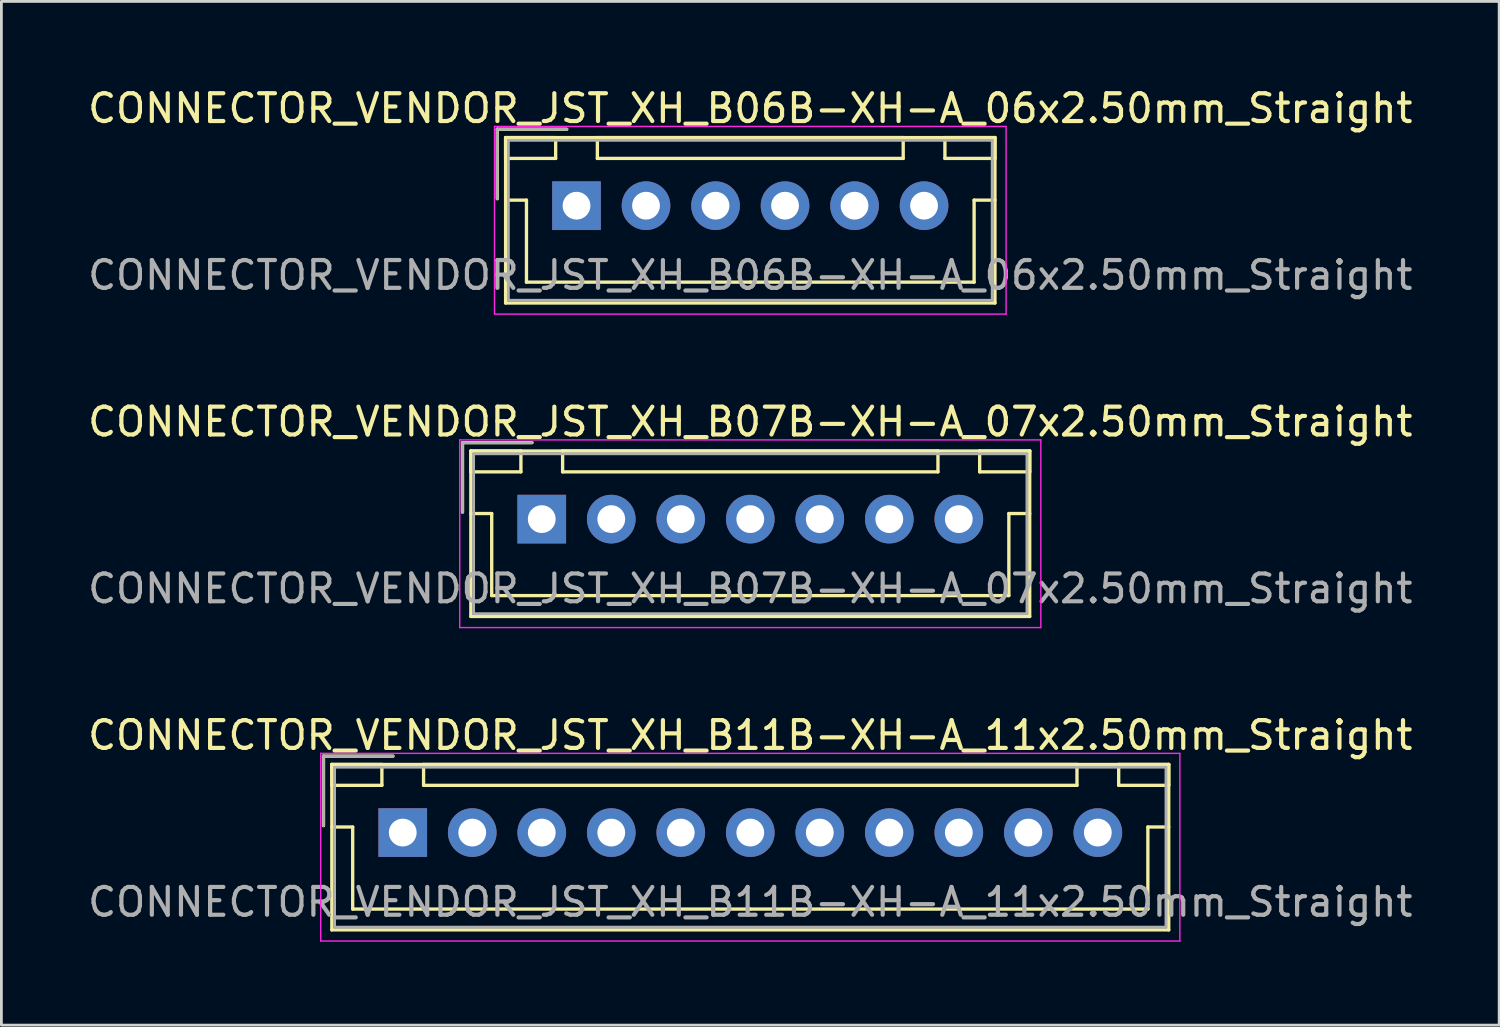
<source format=kicad_pcb>
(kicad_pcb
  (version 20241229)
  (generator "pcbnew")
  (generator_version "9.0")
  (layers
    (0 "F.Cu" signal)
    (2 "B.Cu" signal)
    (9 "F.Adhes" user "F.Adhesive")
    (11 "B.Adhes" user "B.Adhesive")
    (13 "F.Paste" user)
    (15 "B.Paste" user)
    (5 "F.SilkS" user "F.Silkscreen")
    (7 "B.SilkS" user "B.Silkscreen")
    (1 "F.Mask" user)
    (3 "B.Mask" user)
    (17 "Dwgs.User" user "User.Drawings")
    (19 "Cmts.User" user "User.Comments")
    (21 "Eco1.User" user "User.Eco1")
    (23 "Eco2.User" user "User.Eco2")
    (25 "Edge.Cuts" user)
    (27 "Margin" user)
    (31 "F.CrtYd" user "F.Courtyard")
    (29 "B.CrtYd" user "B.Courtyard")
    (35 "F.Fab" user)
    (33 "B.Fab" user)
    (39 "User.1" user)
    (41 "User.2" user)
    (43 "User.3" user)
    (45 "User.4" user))
  (footprint "CONNECTOR_VENDOR_JST_XH_B06B-XH-A_06x2.50mm_Straight"
    (layer "F.Cu")
    (at 17.685 4.348)
    (property "Reference" "CONNECTOR_VENDOR_JST_XH_B06B-XH-A_06x2.50mm_Straight" (at 6.25 -3.5 0) (layer "F.SilkS") (effects (font (size 1 1) (thickness 0.15))))
    (attr through_hole)
    (fp_line (start -2.85 -2.75) (end -2.85 -0.25) (stroke (width 0.12) (type solid)) (layer "F.SilkS"))
    (fp_line (start -2.55 -2.45) (end -2.55 -1.7) (stroke (width 0.12) (type solid)) (layer "F.SilkS"))
    (fp_line (start -2.55 -2.45) (end -2.55 3.5) (stroke (width 0.12) (type solid)) (layer "F.SilkS"))
    (fp_line (start -2.55 -1.7) (end -0.75 -1.7) (stroke (width 0.12) (type solid)) (layer "F.SilkS"))
    (fp_line (start -2.55 -0.2) (end -1.8 -0.2) (stroke (width 0.12) (type solid)) (layer "F.SilkS"))
    (fp_line (start -2.55 3.5) (end 15.05 3.5) (stroke (width 0.12) (type solid)) (layer "F.SilkS"))
    (fp_line (start -1.8 -0.2) (end -1.8 2.75) (stroke (width 0.12) (type solid)) (layer "F.SilkS"))
    (fp_line (start -1.8 2.75) (end 6.25 2.75) (stroke (width 0.12) (type solid)) (layer "F.SilkS"))
    (fp_line (start -0.75 -2.45) (end -2.55 -2.45) (stroke (width 0.12) (type solid)) (layer "F.SilkS"))
    (fp_line (start -0.75 -1.7) (end -0.75 -2.45) (stroke (width 0.12) (type solid)) (layer "F.SilkS"))
    (fp_line (start -0.35 -2.75) (end -2.85 -2.75) (stroke (width 0.12) (type solid)) (layer "F.SilkS"))
    (fp_line (start 0.75 -2.45) (end 0.75 -1.7) (stroke (width 0.12) (type solid)) (layer "F.SilkS"))
    (fp_line (start 0.75 -1.7) (end 11.75 -1.7) (stroke (width 0.12) (type solid)) (layer "F.SilkS"))
    (fp_line (start 11.75 -2.45) (end 0.75 -2.45) (stroke (width 0.12) (type solid)) (layer "F.SilkS"))
    (fp_line (start 11.75 -1.7) (end 11.75 -2.45) (stroke (width 0.12) (type solid)) (layer "F.SilkS"))
    (fp_line (start 13.25 -2.45) (end 13.25 -1.7) (stroke (width 0.12) (type solid)) (layer "F.SilkS"))
    (fp_line (start 13.25 -1.7) (end 15.05 -1.7) (stroke (width 0.12) (type solid)) (layer "F.SilkS"))
    (fp_line (start 14.3 -0.2) (end 14.3 2.75) (stroke (width 0.12) (type solid)) (layer "F.SilkS"))
    (fp_line (start 14.3 2.75) (end 6.25 2.75) (stroke (width 0.12) (type solid)) (layer "F.SilkS"))
    (fp_line (start 15.05 -2.45) (end -2.55 -2.45) (stroke (width 0.12) (type solid)) (layer "F.SilkS"))
    (fp_line (start 15.05 -2.45) (end 13.25 -2.45) (stroke (width 0.12) (type solid)) (layer "F.SilkS"))
    (fp_line (start 15.05 -1.7) (end 15.05 -2.45) (stroke (width 0.12) (type solid)) (layer "F.SilkS"))
    (fp_line (start 15.05 -0.2) (end 14.3 -0.2) (stroke (width 0.12) (type solid)) (layer "F.SilkS"))
    (fp_line (start 15.05 3.5) (end 15.05 -2.45) (stroke (width 0.12) (type solid)) (layer "F.SilkS"))
    (fp_line (start -2.95 -2.85) (end -2.95 3.9) (stroke (width 0.05) (type solid)) (layer "F.CrtYd"))
    (fp_line (start -2.95 3.9) (end 15.45 3.9) (stroke (width 0.05) (type solid)) (layer "F.CrtYd"))
    (fp_line (start 15.45 -2.85) (end -2.95 -2.85) (stroke (width 0.05) (type solid)) (layer "F.CrtYd"))
    (fp_line (start 15.45 3.9) (end 15.45 -2.85) (stroke (width 0.05) (type solid)) (layer "F.CrtYd"))
    (fp_line (start -2.85 -2.75) (end -2.85 -0.25) (stroke (width 0.1) (type solid)) (layer "F.Fab"))
    (fp_line (start -2.45 -2.35) (end -2.45 3.4) (stroke (width 0.1) (type solid)) (layer "F.Fab"))
    (fp_line (start -2.45 3.4) (end 14.95 3.4) (stroke (width 0.1) (type solid)) (layer "F.Fab"))
    (fp_line (start -0.35 -2.75) (end -2.85 -2.75) (stroke (width 0.1) (type solid)) (layer "F.Fab"))
    (fp_line (start 14.95 -2.35) (end -2.45 -2.35) (stroke (width 0.1) (type solid)) (layer "F.Fab"))
    (fp_line (start 14.95 3.4) (end 14.95 -2.35) (stroke (width 0.1) (type solid)) (layer "F.Fab"))
    (fp_text user "${REFERENCE}" (at 6.25 2.5 0) (layer "F.Fab") (effects (font (size 1 1) (thickness 0.15))))
    (pad "1" thru_hole rect (at 0 0) (size 1.75 1.75) (drill 1) (layers "*.Cu" "*.Mask"))
    (pad "2" thru_hole circle (at 2.5 0) (size 1.75 1.75) (drill 1) (layers "*.Cu" "*.Mask"))
    (pad "3" thru_hole circle (at 5 0) (size 1.75 1.75) (drill 1) (layers "*.Cu" "*.Mask"))
    (pad "4" thru_hole circle (at 7.5 0) (size 1.75 1.75) (drill 1) (layers "*.Cu" "*.Mask"))
    (pad "5" thru_hole circle (at 10 0) (size 1.75 1.75) (drill 1) (layers "*.Cu" "*.Mask"))
    (pad "6" thru_hole circle (at 12.5 0) (size 1.75 1.75) (drill 1) (layers "*.Cu" "*.Mask")))
  (footprint "CONNECTOR_VENDOR_JST_XH_B07B-XH-A_07x2.50mm_Straight"
    (layer "F.Cu")
    (at 16.435 15.621)
    (property "Reference" "CONNECTOR_VENDOR_JST_XH_B07B-XH-A_07x2.50mm_Straight" (at 7.5 -3.5 0) (layer "F.SilkS") (effects (font (size 1 1) (thickness 0.15))))
    (attr through_hole)
    (fp_line (start -2.85 -2.75) (end -2.85 -0.25) (stroke (width 0.12) (type solid)) (layer "F.SilkS"))
    (fp_line (start -2.55 -2.45) (end -2.55 -1.7) (stroke (width 0.12) (type solid)) (layer "F.SilkS"))
    (fp_line (start -2.55 -2.45) (end -2.55 3.5) (stroke (width 0.12) (type solid)) (layer "F.SilkS"))
    (fp_line (start -2.55 -1.7) (end -0.75 -1.7) (stroke (width 0.12) (type solid)) (layer "F.SilkS"))
    (fp_line (start -2.55 -0.2) (end -1.8 -0.2) (stroke (width 0.12) (type solid)) (layer "F.SilkS"))
    (fp_line (start -2.55 3.5) (end 17.55 3.5) (stroke (width 0.12) (type solid)) (layer "F.SilkS"))
    (fp_line (start -1.8 -0.2) (end -1.8 2.75) (stroke (width 0.12) (type solid)) (layer "F.SilkS"))
    (fp_line (start -1.8 2.75) (end 7.5 2.75) (stroke (width 0.12) (type solid)) (layer "F.SilkS"))
    (fp_line (start -0.75 -2.45) (end -2.55 -2.45) (stroke (width 0.12) (type solid)) (layer "F.SilkS"))
    (fp_line (start -0.75 -1.7) (end -0.75 -2.45) (stroke (width 0.12) (type solid)) (layer "F.SilkS"))
    (fp_line (start -0.35 -2.75) (end -2.85 -2.75) (stroke (width 0.12) (type solid)) (layer "F.SilkS"))
    (fp_line (start 0.75 -2.45) (end 0.75 -1.7) (stroke (width 0.12) (type solid)) (layer "F.SilkS"))
    (fp_line (start 0.75 -1.7) (end 14.25 -1.7) (stroke (width 0.12) (type solid)) (layer "F.SilkS"))
    (fp_line (start 14.25 -2.45) (end 0.75 -2.45) (stroke (width 0.12) (type solid)) (layer "F.SilkS"))
    (fp_line (start 14.25 -1.7) (end 14.25 -2.45) (stroke (width 0.12) (type solid)) (layer "F.SilkS"))
    (fp_line (start 15.75 -2.45) (end 15.75 -1.7) (stroke (width 0.12) (type solid)) (layer "F.SilkS"))
    (fp_line (start 15.75 -1.7) (end 17.55 -1.7) (stroke (width 0.12) (type solid)) (layer "F.SilkS"))
    (fp_line (start 16.8 -0.2) (end 16.8 2.75) (stroke (width 0.12) (type solid)) (layer "F.SilkS"))
    (fp_line (start 16.8 2.75) (end 7.5 2.75) (stroke (width 0.12) (type solid)) (layer "F.SilkS"))
    (fp_line (start 17.55 -2.45) (end -2.55 -2.45) (stroke (width 0.12) (type solid)) (layer "F.SilkS"))
    (fp_line (start 17.55 -2.45) (end 15.75 -2.45) (stroke (width 0.12) (type solid)) (layer "F.SilkS"))
    (fp_line (start 17.55 -1.7) (end 17.55 -2.45) (stroke (width 0.12) (type solid)) (layer "F.SilkS"))
    (fp_line (start 17.55 -0.2) (end 16.8 -0.2) (stroke (width 0.12) (type solid)) (layer "F.SilkS"))
    (fp_line (start 17.55 3.5) (end 17.55 -2.45) (stroke (width 0.12) (type solid)) (layer "F.SilkS"))
    (fp_line (start -2.95 -2.85) (end -2.95 3.9) (stroke (width 0.05) (type solid)) (layer "F.CrtYd"))
    (fp_line (start -2.95 3.9) (end 17.95 3.9) (stroke (width 0.05) (type solid)) (layer "F.CrtYd"))
    (fp_line (start 17.95 -2.85) (end -2.95 -2.85) (stroke (width 0.05) (type solid)) (layer "F.CrtYd"))
    (fp_line (start 17.95 3.9) (end 17.95 -2.85) (stroke (width 0.05) (type solid)) (layer "F.CrtYd"))
    (fp_line (start -2.85 -2.75) (end -2.85 -0.25) (stroke (width 0.1) (type solid)) (layer "F.Fab"))
    (fp_line (start -2.45 -2.35) (end -2.45 3.4) (stroke (width 0.1) (type solid)) (layer "F.Fab"))
    (fp_line (start -2.45 3.4) (end 17.45 3.4) (stroke (width 0.1) (type solid)) (layer "F.Fab"))
    (fp_line (start -0.35 -2.75) (end -2.85 -2.75) (stroke (width 0.1) (type solid)) (layer "F.Fab"))
    (fp_line (start 17.45 -2.35) (end -2.45 -2.35) (stroke (width 0.1) (type solid)) (layer "F.Fab"))
    (fp_line (start 17.45 3.4) (end 17.45 -2.35) (stroke (width 0.1) (type solid)) (layer "F.Fab"))
    (fp_text user "${REFERENCE}" (at 7.5 2.5 0) (layer "F.Fab") (effects (font (size 1 1) (thickness 0.15))))
    (pad "1" thru_hole rect (at 0 0) (size 1.75 1.75) (drill 1) (layers "*.Cu" "*.Mask"))
    (pad "2" thru_hole circle (at 2.5 0) (size 1.75 1.75) (drill 1) (layers "*.Cu" "*.Mask"))
    (pad "3" thru_hole circle (at 5 0) (size 1.75 1.75) (drill 1) (layers "*.Cu" "*.Mask"))
    (pad "4" thru_hole circle (at 7.5 0) (size 1.75 1.75) (drill 1) (layers "*.Cu" "*.Mask"))
    (pad "5" thru_hole circle (at 10 0) (size 1.75 1.75) (drill 1) (layers "*.Cu" "*.Mask"))
    (pad "6" thru_hole circle (at 12.5 0) (size 1.75 1.75) (drill 1) (layers "*.Cu" "*.Mask"))
    (pad "7" thru_hole circle (at 15 0) (size 1.75 1.75) (drill 1) (layers "*.Cu" "*.Mask")))
  (footprint "CONNECTOR_VENDOR_JST_XH_B11B-XH-A_11x2.50mm_Straight"
    (layer "F.Cu")
    (at 11.435 26.895)
    (property "Reference" "CONNECTOR_VENDOR_JST_XH_B11B-XH-A_11x2.50mm_Straight" (at 12.5 -3.5 0) (layer "F.SilkS") (effects (font (size 1 1) (thickness 0.15))))
    (attr through_hole)
    (fp_line (start -2.85 -2.75) (end -2.85 -0.25) (stroke (width 0.12) (type solid)) (layer "F.SilkS"))
    (fp_line (start -2.55 -2.45) (end -2.55 -1.7) (stroke (width 0.12) (type solid)) (layer "F.SilkS"))
    (fp_line (start -2.55 -2.45) (end -2.55 3.5) (stroke (width 0.12) (type solid)) (layer "F.SilkS"))
    (fp_line (start -2.55 -1.7) (end -0.75 -1.7) (stroke (width 0.12) (type solid)) (layer "F.SilkS"))
    (fp_line (start -2.55 -0.2) (end -1.8 -0.2) (stroke (width 0.12) (type solid)) (layer "F.SilkS"))
    (fp_line (start -2.55 3.5) (end 27.55 3.5) (stroke (width 0.12) (type solid)) (layer "F.SilkS"))
    (fp_line (start -1.8 -0.2) (end -1.8 2.75) (stroke (width 0.12) (type solid)) (layer "F.SilkS"))
    (fp_line (start -1.8 2.75) (end 12.5 2.75) (stroke (width 0.12) (type solid)) (layer "F.SilkS"))
    (fp_line (start -0.75 -2.45) (end -2.55 -2.45) (stroke (width 0.12) (type solid)) (layer "F.SilkS"))
    (fp_line (start -0.75 -1.7) (end -0.75 -2.45) (stroke (width 0.12) (type solid)) (layer "F.SilkS"))
    (fp_line (start -0.35 -2.75) (end -2.85 -2.75) (stroke (width 0.12) (type solid)) (layer "F.SilkS"))
    (fp_line (start 0.75 -2.45) (end 0.75 -1.7) (stroke (width 0.12) (type solid)) (layer "F.SilkS"))
    (fp_line (start 0.75 -1.7) (end 24.25 -1.7) (stroke (width 0.12) (type solid)) (layer "F.SilkS"))
    (fp_line (start 24.25 -2.45) (end 0.75 -2.45) (stroke (width 0.12) (type solid)) (layer "F.SilkS"))
    (fp_line (start 24.25 -1.7) (end 24.25 -2.45) (stroke (width 0.12) (type solid)) (layer "F.SilkS"))
    (fp_line (start 25.75 -2.45) (end 25.75 -1.7) (stroke (width 0.12) (type solid)) (layer "F.SilkS"))
    (fp_line (start 25.75 -1.7) (end 27.55 -1.7) (stroke (width 0.12) (type solid)) (layer "F.SilkS"))
    (fp_line (start 26.8 -0.2) (end 26.8 2.75) (stroke (width 0.12) (type solid)) (layer "F.SilkS"))
    (fp_line (start 26.8 2.75) (end 12.5 2.75) (stroke (width 0.12) (type solid)) (layer "F.SilkS"))
    (fp_line (start 27.55 -2.45) (end -2.55 -2.45) (stroke (width 0.12) (type solid)) (layer "F.SilkS"))
    (fp_line (start 27.55 -2.45) (end 25.75 -2.45) (stroke (width 0.12) (type solid)) (layer "F.SilkS"))
    (fp_line (start 27.55 -1.7) (end 27.55 -2.45) (stroke (width 0.12) (type solid)) (layer "F.SilkS"))
    (fp_line (start 27.55 -0.2) (end 26.8 -0.2) (stroke (width 0.12) (type solid)) (layer "F.SilkS"))
    (fp_line (start 27.55 3.5) (end 27.55 -2.45) (stroke (width 0.12) (type solid)) (layer "F.SilkS"))
    (fp_line (start -2.95 -2.85) (end -2.95 3.9) (stroke (width 0.05) (type solid)) (layer "F.CrtYd"))
    (fp_line (start -2.95 3.9) (end 27.95 3.9) (stroke (width 0.05) (type solid)) (layer "F.CrtYd"))
    (fp_line (start 27.95 -2.85) (end -2.95 -2.85) (stroke (width 0.05) (type solid)) (layer "F.CrtYd"))
    (fp_line (start 27.95 3.9) (end 27.95 -2.85) (stroke (width 0.05) (type solid)) (layer "F.CrtYd"))
    (fp_line (start -2.85 -2.75) (end -2.85 -0.25) (stroke (width 0.1) (type solid)) (layer "F.Fab"))
    (fp_line (start -2.45 -2.35) (end -2.45 3.4) (stroke (width 0.1) (type solid)) (layer "F.Fab"))
    (fp_line (start -2.45 3.4) (end 27.45 3.4) (stroke (width 0.1) (type solid)) (layer "F.Fab"))
    (fp_line (start -0.35 -2.75) (end -2.85 -2.75) (stroke (width 0.1) (type solid)) (layer "F.Fab"))
    (fp_line (start 27.45 -2.35) (end -2.45 -2.35) (stroke (width 0.1) (type solid)) (layer "F.Fab"))
    (fp_line (start 27.45 3.4) (end 27.45 -2.35) (stroke (width 0.1) (type solid)) (layer "F.Fab"))
    (fp_text user "${REFERENCE}" (at 12.5 2.5 0) (layer "F.Fab") (effects (font (size 1 1) (thickness 0.15))))
    (pad "1" thru_hole rect (at 0 0) (size 1.75 1.75) (drill 1) (layers "*.Cu" "*.Mask"))
    (pad "2" thru_hole circle (at 2.5 0) (size 1.75 1.75) (drill 1) (layers "*.Cu" "*.Mask"))
    (pad "3" thru_hole circle (at 5 0) (size 1.75 1.75) (drill 1) (layers "*.Cu" "*.Mask"))
    (pad "4" thru_hole circle (at 7.5 0) (size 1.75 1.75) (drill 1) (layers "*.Cu" "*.Mask"))
    (pad "5" thru_hole circle (at 10 0) (size 1.75 1.75) (drill 1) (layers "*.Cu" "*.Mask"))
    (pad "6" thru_hole circle (at 12.5 0) (size 1.75 1.75) (drill 1) (layers "*.Cu" "*.Mask"))
    (pad "7" thru_hole circle (at 15 0) (size 1.75 1.75) (drill 1) (layers "*.Cu" "*.Mask"))
    (pad "8" thru_hole circle (at 17.5 0) (size 1.75 1.75) (drill 1) (layers "*.Cu" "*.Mask"))
    (pad "9" thru_hole circle (at 20 0) (size 1.75 1.75) (drill 1) (layers "*.Cu" "*.Mask"))
    (pad "10" thru_hole circle (at 22.5 0) (size 1.75 1.75) (drill 1) (layers "*.Cu" "*.Mask"))
    (pad "11" thru_hole circle (at 25 0) (size 1.75 1.75) (drill 1) (layers "*.Cu" "*.Mask")))
  (gr_rect
    (start -3 -3)
    (end 50.869 33.82)
    (stroke (width 0.1) (type default))
    (fill no)
    (layer "Edge.Cuts")))
</source>
